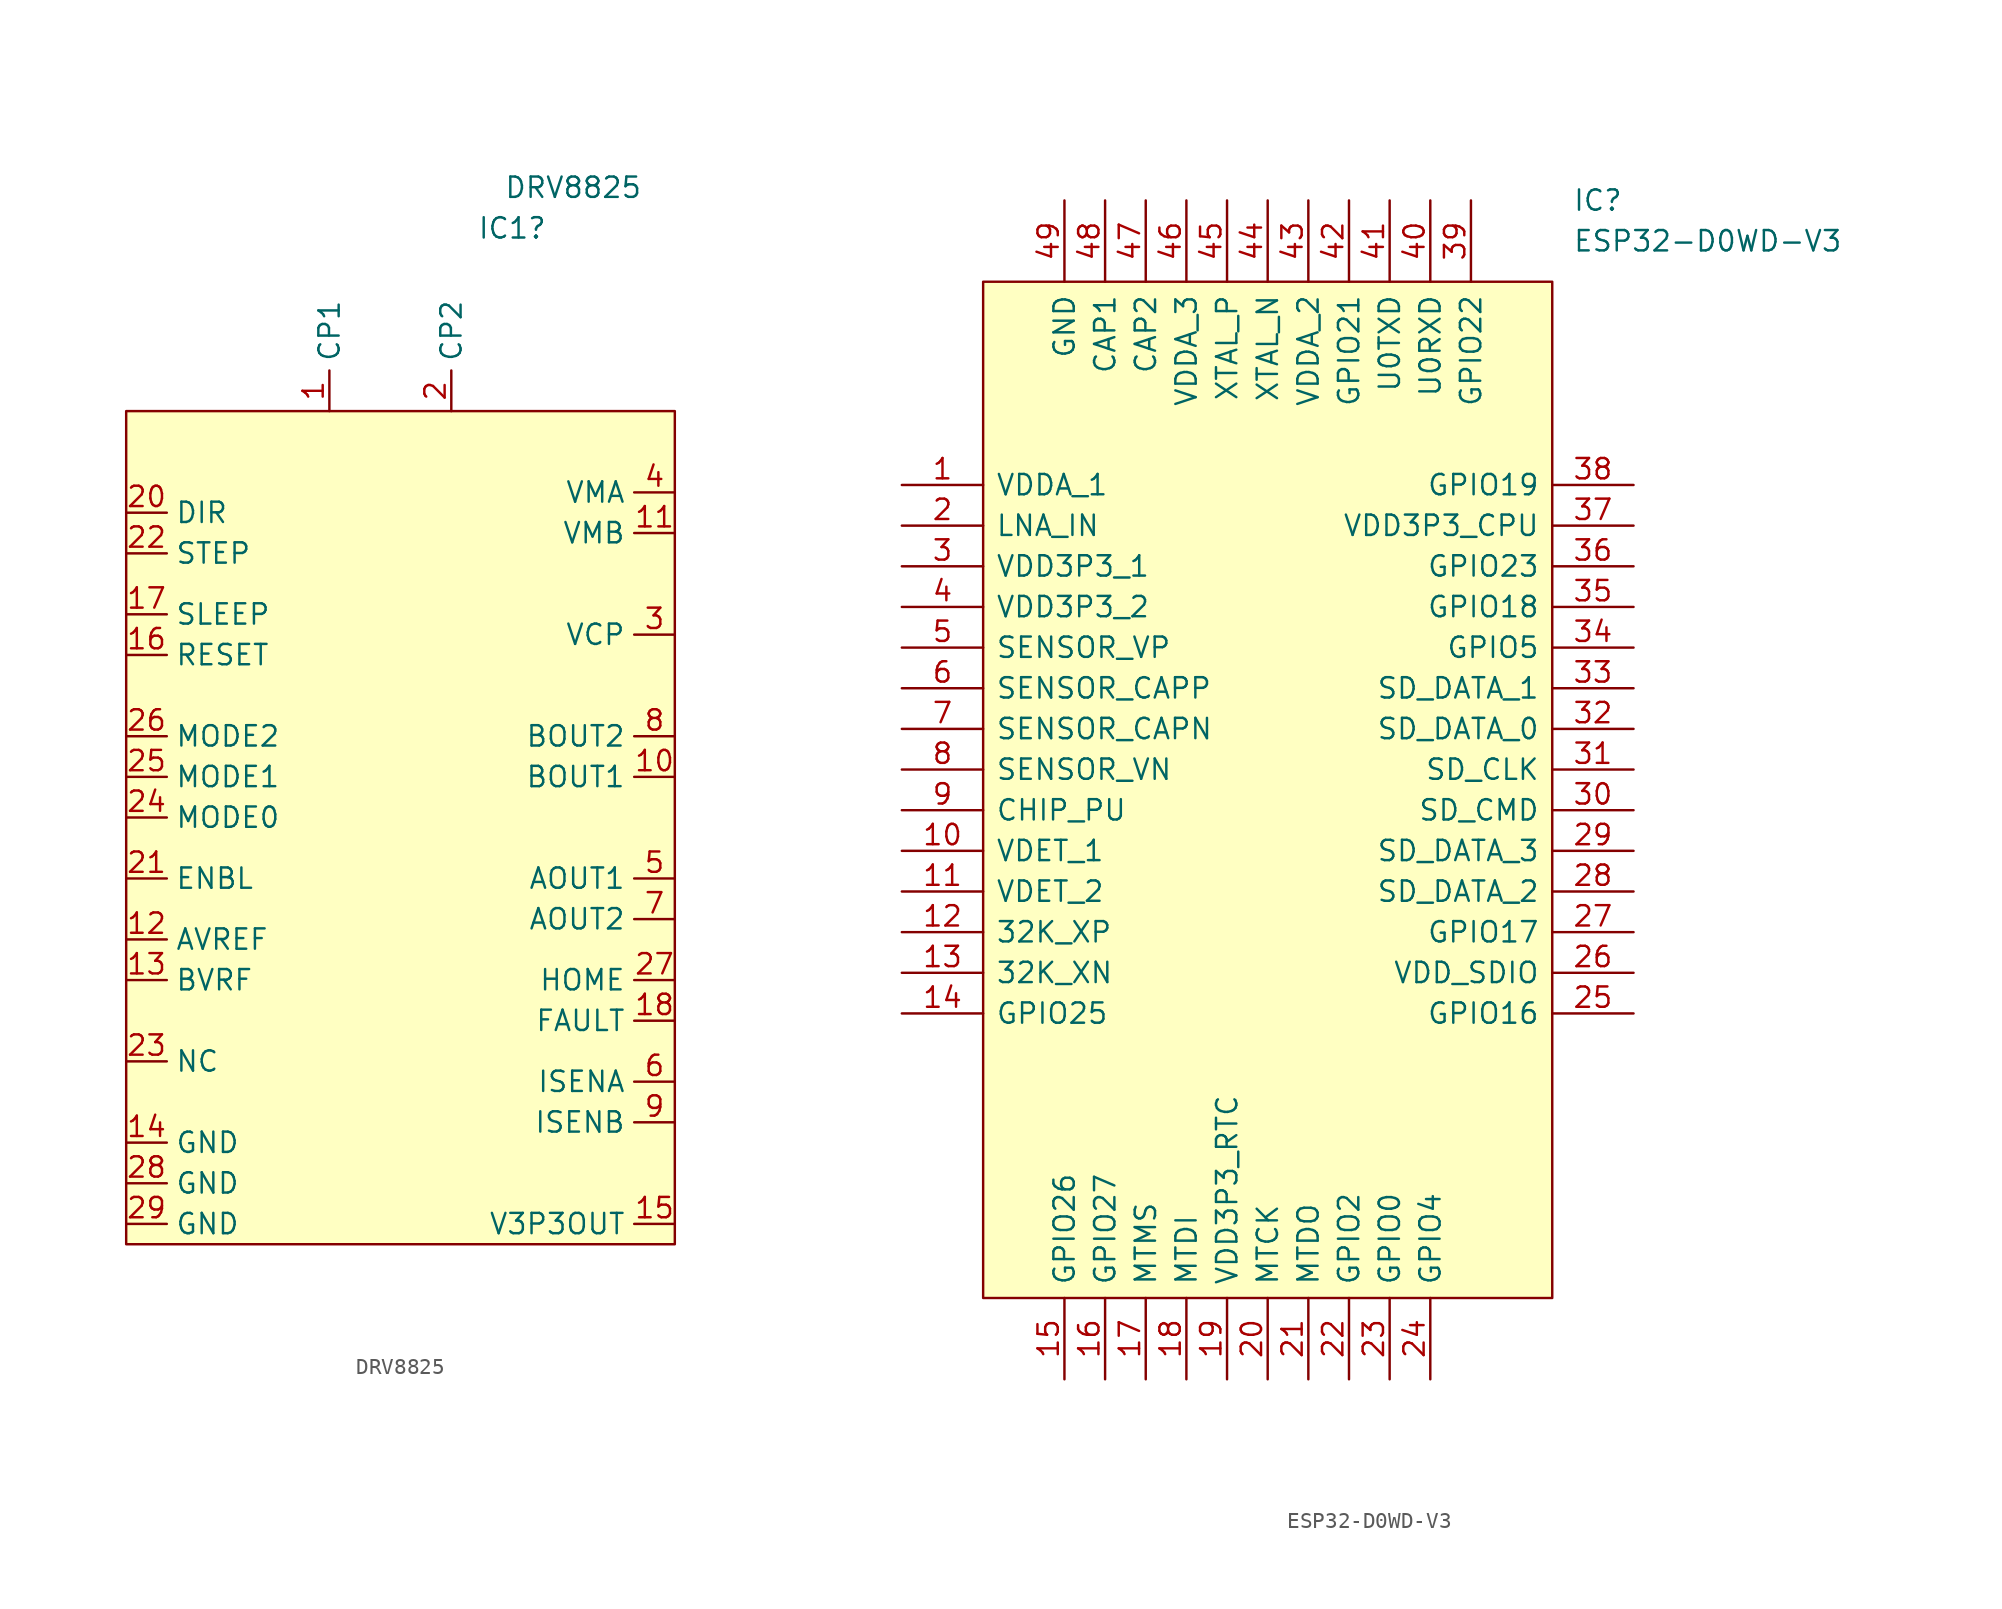
<source format=kicad_sym>
(kicad_symbol_lib
  (version 20211014)
  (generator kicad_symbol_editor)
  (symbol "DRV8825"
    (property "Reference" "IC1"
      (at 24.13 58.42 0)
      (effects (font (size 1.27 1.27))))
    (property "Value" "DRV8825"
      (at 27.94 60.96 0)
      (effects (font (size 1.27 1.27))))
    (symbol "DRV8825_0_1"
      (rectangle (start 0 46.99) (end 34.29 -5.08) (stroke (width 0) (type default) (color 0 0 0 0)) (fill (type background))))
    (symbol "DRV8825_1_1"
      (pin input line (at 12.7 46.99 90) (length 2.54) (name "CP1" (effects (font (size 1.27 1.27)))) (number "1" (effects (font (size 1.27 1.27)))))
      (pin input line (at 34.29 24.13 180) (length 2.54) (name "BOUT1" (effects (font (size 1.27 1.27)))) (number "10" (effects (font (size 1.27 1.27)))))
      (pin input line (at 34.29 39.37 180) (length 2.54) (name "VMB" (effects (font (size 1.27 1.27)))) (number "11" (effects (font (size 1.27 1.27)))))
      (pin input line (at 0 13.97 0) (length 2.54) (name "AVREF" (effects (font (size 1.27 1.27)))) (number "12" (effects (font (size 1.27 1.27)))))
      (pin input line (at 0 11.43 0) (length 2.54) (name "BVRF" (effects (font (size 1.27 1.27)))) (number "13" (effects (font (size 1.27 1.27)))))
      (pin input line (at 0 1.27 0) (length 2.54) (name "GND" (effects (font (size 1.27 1.27)))) (number "14" (effects (font (size 1.27 1.27)))))
      (pin input line (at 34.29 -3.81 180) (length 2.54) (name "V3P3OUT" (effects (font (size 1.27 1.27)))) (number "15" (effects (font (size 1.27 1.27)))))
      (pin input line (at 0 31.75 0) (length 2.54) (name "RESET" (effects (font (size 1.27 1.27)))) (number "16" (effects (font (size 1.27 1.27)))))
      (pin input line (at 0 34.29 0) (length 2.54) (name "SLEEP" (effects (font (size 1.27 1.27)))) (number "17" (effects (font (size 1.27 1.27)))))
      (pin input line (at 34.29 8.89 180) (length 2.54) (name "FAULT" (effects (font (size 1.27 1.27)))) (number "18" (effects (font (size 1.27 1.27)))))
      (pin input line (at 20.32 46.99 90) (length 2.54) (name "CP2" (effects (font (size 1.27 1.27)))) (number "2" (effects (font (size 1.27 1.27)))))
      (pin input line (at 0 40.64 0) (length 2.54) (name "DIR" (effects (font (size 1.27 1.27)))) (number "20" (effects (font (size 1.27 1.27)))))
      (pin input line (at 0 17.78 0) (length 2.54) (name "ENBL" (effects (font (size 1.27 1.27)))) (number "21" (effects (font (size 1.27 1.27)))))
      (pin input line (at 0 38.1 0) (length 2.54) (name "STEP" (effects (font (size 1.27 1.27)))) (number "22" (effects (font (size 1.27 1.27)))))
      (pin input line (at 0 6.35 0) (length 2.54) (name "NC" (effects (font (size 1.27 1.27)))) (number "23" (effects (font (size 1.27 1.27)))))
      (pin input line (at 0 21.59 0) (length 2.54) (name "MODE0" (effects (font (size 1.27 1.27)))) (number "24" (effects (font (size 1.27 1.27)))))
      (pin input line (at 0 24.13 0) (length 2.54) (name "MODE1" (effects (font (size 1.27 1.27)))) (number "25" (effects (font (size 1.27 1.27)))))
      (pin input line (at 0 26.67 0) (length 2.54) (name "MODE2" (effects (font (size 1.27 1.27)))) (number "26" (effects (font (size 1.27 1.27)))))
      (pin input line (at 34.29 11.43 180) (length 2.54) (name "HOME" (effects (font (size 1.27 1.27)))) (number "27" (effects (font (size 1.27 1.27)))))
      (pin input line (at 0 -1.27 0) (length 2.54) (name "GND" (effects (font (size 1.27 1.27)))) (number "28" (effects (font (size 1.27 1.27)))))
      (pin input line (at 0 -3.81 0) (length 2.54) (name "GND" (effects (font (size 1.27 1.27)))) (number "29" (effects (font (size 1.27 1.27)))))
      (pin input line (at 34.29 33.02 180) (length 2.54) (name "VCP" (effects (font (size 1.27 1.27)))) (number "3" (effects (font (size 1.27 1.27)))))
      (pin input line (at 34.29 41.91 180) (length 2.54) (name "VMA" (effects (font (size 1.27 1.27)))) (number "4" (effects (font (size 1.27 1.27)))))
      (pin input line (at 34.29 17.78 180) (length 2.54) (name "AOUT1" (effects (font (size 1.27 1.27)))) (number "5" (effects (font (size 1.27 1.27)))))
      (pin input line (at 34.29 5.08 180) (length 2.54) (name "ISENA" (effects (font (size 1.27 1.27)))) (number "6" (effects (font (size 1.27 1.27)))))
      (pin input line (at 34.29 15.24 180) (length 2.54) (name "AOUT2" (effects (font (size 1.27 1.27)))) (number "7" (effects (font (size 1.27 1.27)))))
      (pin input line (at 34.29 26.67 180) (length 2.54) (name "BOUT2" (effects (font (size 1.27 1.27)))) (number "8" (effects (font (size 1.27 1.27)))))
      (pin input line (at 34.29 2.54 180) (length 2.54) (name "ISENB" (effects (font (size 1.27 1.27)))) (number "9" (effects (font (size 1.27 1.27)))))))
  (symbol "ESP32-D0WD-V3"
    (pin_names
      (offset 0.762))
    (property "Reference" "IC"
      (at 41.91 17.78 0)
      (effects (font (size 1.27 1.27)) (justify left)))
    (property "Value" "ESP32-D0WD-V3"
      (at 41.91 15.24 0)
      (effects (font (size 1.27 1.27)) (justify left)))
    (symbol "ESP32-D0WD-V3_0_0"
      (pin passive line (at 0 0 0) (length 5.08) (name "VDDA_1" (effects (font (size 1.27 1.27)))) (number "1" (effects (font (size 1.27 1.27)))))
      (pin passive line (at 0 -22.86 0) (length 5.08) (name "VDET_1" (effects (font (size 1.27 1.27)))) (number "10" (effects (font (size 1.27 1.27)))))
      (pin passive line (at 0 -25.4 0) (length 5.08) (name "VDET_2" (effects (font (size 1.27 1.27)))) (number "11" (effects (font (size 1.27 1.27)))))
      (pin passive line (at 0 -27.94 0) (length 5.08) (name "32K_XP" (effects (font (size 1.27 1.27)))) (number "12" (effects (font (size 1.27 1.27)))))
      (pin passive line (at 0 -30.48 0) (length 5.08) (name "32K_XN" (effects (font (size 1.27 1.27)))) (number "13" (effects (font (size 1.27 1.27)))))
      (pin passive line (at 0 -33.02 0) (length 5.08) (name "GPIO25" (effects (font (size 1.27 1.27)))) (number "14" (effects (font (size 1.27 1.27)))))
      (pin passive line (at 10.16 -55.88 90) (length 5.08) (name "GPIO26" (effects (font (size 1.27 1.27)))) (number "15" (effects (font (size 1.27 1.27)))))
      (pin passive line (at 12.7 -55.88 90) (length 5.08) (name "GPIO27" (effects (font (size 1.27 1.27)))) (number "16" (effects (font (size 1.27 1.27)))))
      (pin passive line (at 15.24 -55.88 90) (length 5.08) (name "MTMS" (effects (font (size 1.27 1.27)))) (number "17" (effects (font (size 1.27 1.27)))))
      (pin passive line (at 17.78 -55.88 90) (length 5.08) (name "MTDI" (effects (font (size 1.27 1.27)))) (number "18" (effects (font (size 1.27 1.27)))))
      (pin passive line (at 20.32 -55.88 90) (length 5.08) (name "VDD3P3_RTC" (effects (font (size 1.27 1.27)))) (number "19" (effects (font (size 1.27 1.27)))))
      (pin passive line (at 0 -2.54 0) (length 5.08) (name "LNA_IN" (effects (font (size 1.27 1.27)))) (number "2" (effects (font (size 1.27 1.27)))))
      (pin passive line (at 22.86 -55.88 90) (length 5.08) (name "MTCK" (effects (font (size 1.27 1.27)))) (number "20" (effects (font (size 1.27 1.27)))))
      (pin passive line (at 25.4 -55.88 90) (length 5.08) (name "MTDO" (effects (font (size 1.27 1.27)))) (number "21" (effects (font (size 1.27 1.27)))))
      (pin passive line (at 27.94 -55.88 90) (length 5.08) (name "GPIO2" (effects (font (size 1.27 1.27)))) (number "22" (effects (font (size 1.27 1.27)))))
      (pin passive line (at 30.48 -55.88 90) (length 5.08) (name "GPIO0" (effects (font (size 1.27 1.27)))) (number "23" (effects (font (size 1.27 1.27)))))
      (pin passive line (at 33.02 -55.88 90) (length 5.08) (name "GPIO4" (effects (font (size 1.27 1.27)))) (number "24" (effects (font (size 1.27 1.27)))))
      (pin passive line (at 45.72 -33.02 180) (length 5.08) (name "GPIO16" (effects (font (size 1.27 1.27)))) (number "25" (effects (font (size 1.27 1.27)))))
      (pin passive line (at 45.72 -30.48 180) (length 5.08) (name "VDD_SDIO" (effects (font (size 1.27 1.27)))) (number "26" (effects (font (size 1.27 1.27)))))
      (pin passive line (at 45.72 -27.94 180) (length 5.08) (name "GPIO17" (effects (font (size 1.27 1.27)))) (number "27" (effects (font (size 1.27 1.27)))))
      (pin passive line (at 45.72 -25.4 180) (length 5.08) (name "SD_DATA_2" (effects (font (size 1.27 1.27)))) (number "28" (effects (font (size 1.27 1.27)))))
      (pin passive line (at 45.72 -22.86 180) (length 5.08) (name "SD_DATA_3" (effects (font (size 1.27 1.27)))) (number "29" (effects (font (size 1.27 1.27)))))
      (pin passive line (at 0 -5.08 0) (length 5.08) (name "VDD3P3_1" (effects (font (size 1.27 1.27)))) (number "3" (effects (font (size 1.27 1.27)))))
      (pin passive line (at 45.72 -20.32 180) (length 5.08) (name "SD_CMD" (effects (font (size 1.27 1.27)))) (number "30" (effects (font (size 1.27 1.27)))))
      (pin passive line (at 45.72 -17.78 180) (length 5.08) (name "SD_CLK" (effects (font (size 1.27 1.27)))) (number "31" (effects (font (size 1.27 1.27)))))
      (pin passive line (at 45.72 -15.24 180) (length 5.08) (name "SD_DATA_0" (effects (font (size 1.27 1.27)))) (number "32" (effects (font (size 1.27 1.27)))))
      (pin passive line (at 45.72 -12.7 180) (length 5.08) (name "SD_DATA_1" (effects (font (size 1.27 1.27)))) (number "33" (effects (font (size 1.27 1.27)))))
      (pin passive line (at 45.72 -10.16 180) (length 5.08) (name "GPIO5" (effects (font (size 1.27 1.27)))) (number "34" (effects (font (size 1.27 1.27)))))
      (pin passive line (at 45.72 -7.62 180) (length 5.08) (name "GPIO18" (effects (font (size 1.27 1.27)))) (number "35" (effects (font (size 1.27 1.27)))))
      (pin passive line (at 45.72 -5.08 180) (length 5.08) (name "GPIO23" (effects (font (size 1.27 1.27)))) (number "36" (effects (font (size 1.27 1.27)))))
      (pin passive line (at 45.72 -2.54 180) (length 5.08) (name "VDD3P3_CPU" (effects (font (size 1.27 1.27)))) (number "37" (effects (font (size 1.27 1.27)))))
      (pin passive line (at 45.72 0 180) (length 5.08) (name "GPIO19" (effects (font (size 1.27 1.27)))) (number "38" (effects (font (size 1.27 1.27)))))
      (pin passive line (at 35.56 17.78 270) (length 5.08) (name "GPIO22" (effects (font (size 1.27 1.27)))) (number "39" (effects (font (size 1.27 1.27)))))
      (pin passive line (at 0 -7.62 0) (length 5.08) (name "VDD3P3_2" (effects (font (size 1.27 1.27)))) (number "4" (effects (font (size 1.27 1.27)))))
      (pin passive line (at 33.02 17.78 270) (length 5.08) (name "U0RXD" (effects (font (size 1.27 1.27)))) (number "40" (effects (font (size 1.27 1.27)))))
      (pin passive line (at 30.48 17.78 270) (length 5.08) (name "U0TXD" (effects (font (size 1.27 1.27)))) (number "41" (effects (font (size 1.27 1.27)))))
      (pin passive line (at 27.94 17.78 270) (length 5.08) (name "GPIO21" (effects (font (size 1.27 1.27)))) (number "42" (effects (font (size 1.27 1.27)))))
      (pin passive line (at 25.4 17.78 270) (length 5.08) (name "VDDA_2" (effects (font (size 1.27 1.27)))) (number "43" (effects (font (size 1.27 1.27)))))
      (pin passive line (at 22.86 17.78 270) (length 5.08) (name "XTAL_N" (effects (font (size 1.27 1.27)))) (number "44" (effects (font (size 1.27 1.27)))))
      (pin passive line (at 20.32 17.78 270) (length 5.08) (name "XTAL_P" (effects (font (size 1.27 1.27)))) (number "45" (effects (font (size 1.27 1.27)))))
      (pin passive line (at 17.78 17.78 270) (length 5.08) (name "VDDA_3" (effects (font (size 1.27 1.27)))) (number "46" (effects (font (size 1.27 1.27)))))
      (pin passive line (at 15.24 17.78 270) (length 5.08) (name "CAP2" (effects (font (size 1.27 1.27)))) (number "47" (effects (font (size 1.27 1.27)))))
      (pin passive line (at 12.7 17.78 270) (length 5.08) (name "CAP1" (effects (font (size 1.27 1.27)))) (number "48" (effects (font (size 1.27 1.27)))))
      (pin passive line (at 10.16 17.78 270) (length 5.08) (name "GND" (effects (font (size 1.27 1.27)))) (number "49" (effects (font (size 1.27 1.27)))))
      (pin passive line (at 0 -10.16 0) (length 5.08) (name "SENSOR_VP" (effects (font (size 1.27 1.27)))) (number "5" (effects (font (size 1.27 1.27)))))
      (pin passive line (at 0 -12.7 0) (length 5.08) (name "SENSOR_CAPP" (effects (font (size 1.27 1.27)))) (number "6" (effects (font (size 1.27 1.27)))))
      (pin passive line (at 0 -15.24 0) (length 5.08) (name "SENSOR_CAPN" (effects (font (size 1.27 1.27)))) (number "7" (effects (font (size 1.27 1.27)))))
      (pin passive line (at 0 -17.78 0) (length 5.08) (name "SENSOR_VN" (effects (font (size 1.27 1.27)))) (number "8" (effects (font (size 1.27 1.27)))))
      (pin passive line (at 0 -20.32 0) (length 5.08) (name "CHIP_PU" (effects (font (size 1.27 1.27)))) (number "9" (effects (font (size 1.27 1.27))))))
    (symbol "ESP32-D0WD-V3_0_1"
      (polyline (pts (xy 5.08 12.7) (xy 40.64 12.7) (xy 40.64 -50.8) (xy 5.08 -50.8) (xy 5.08 12.7)) (stroke (width 0.152) (type default) (color 0 0 0 0)) (fill (type background))))))
</source>
